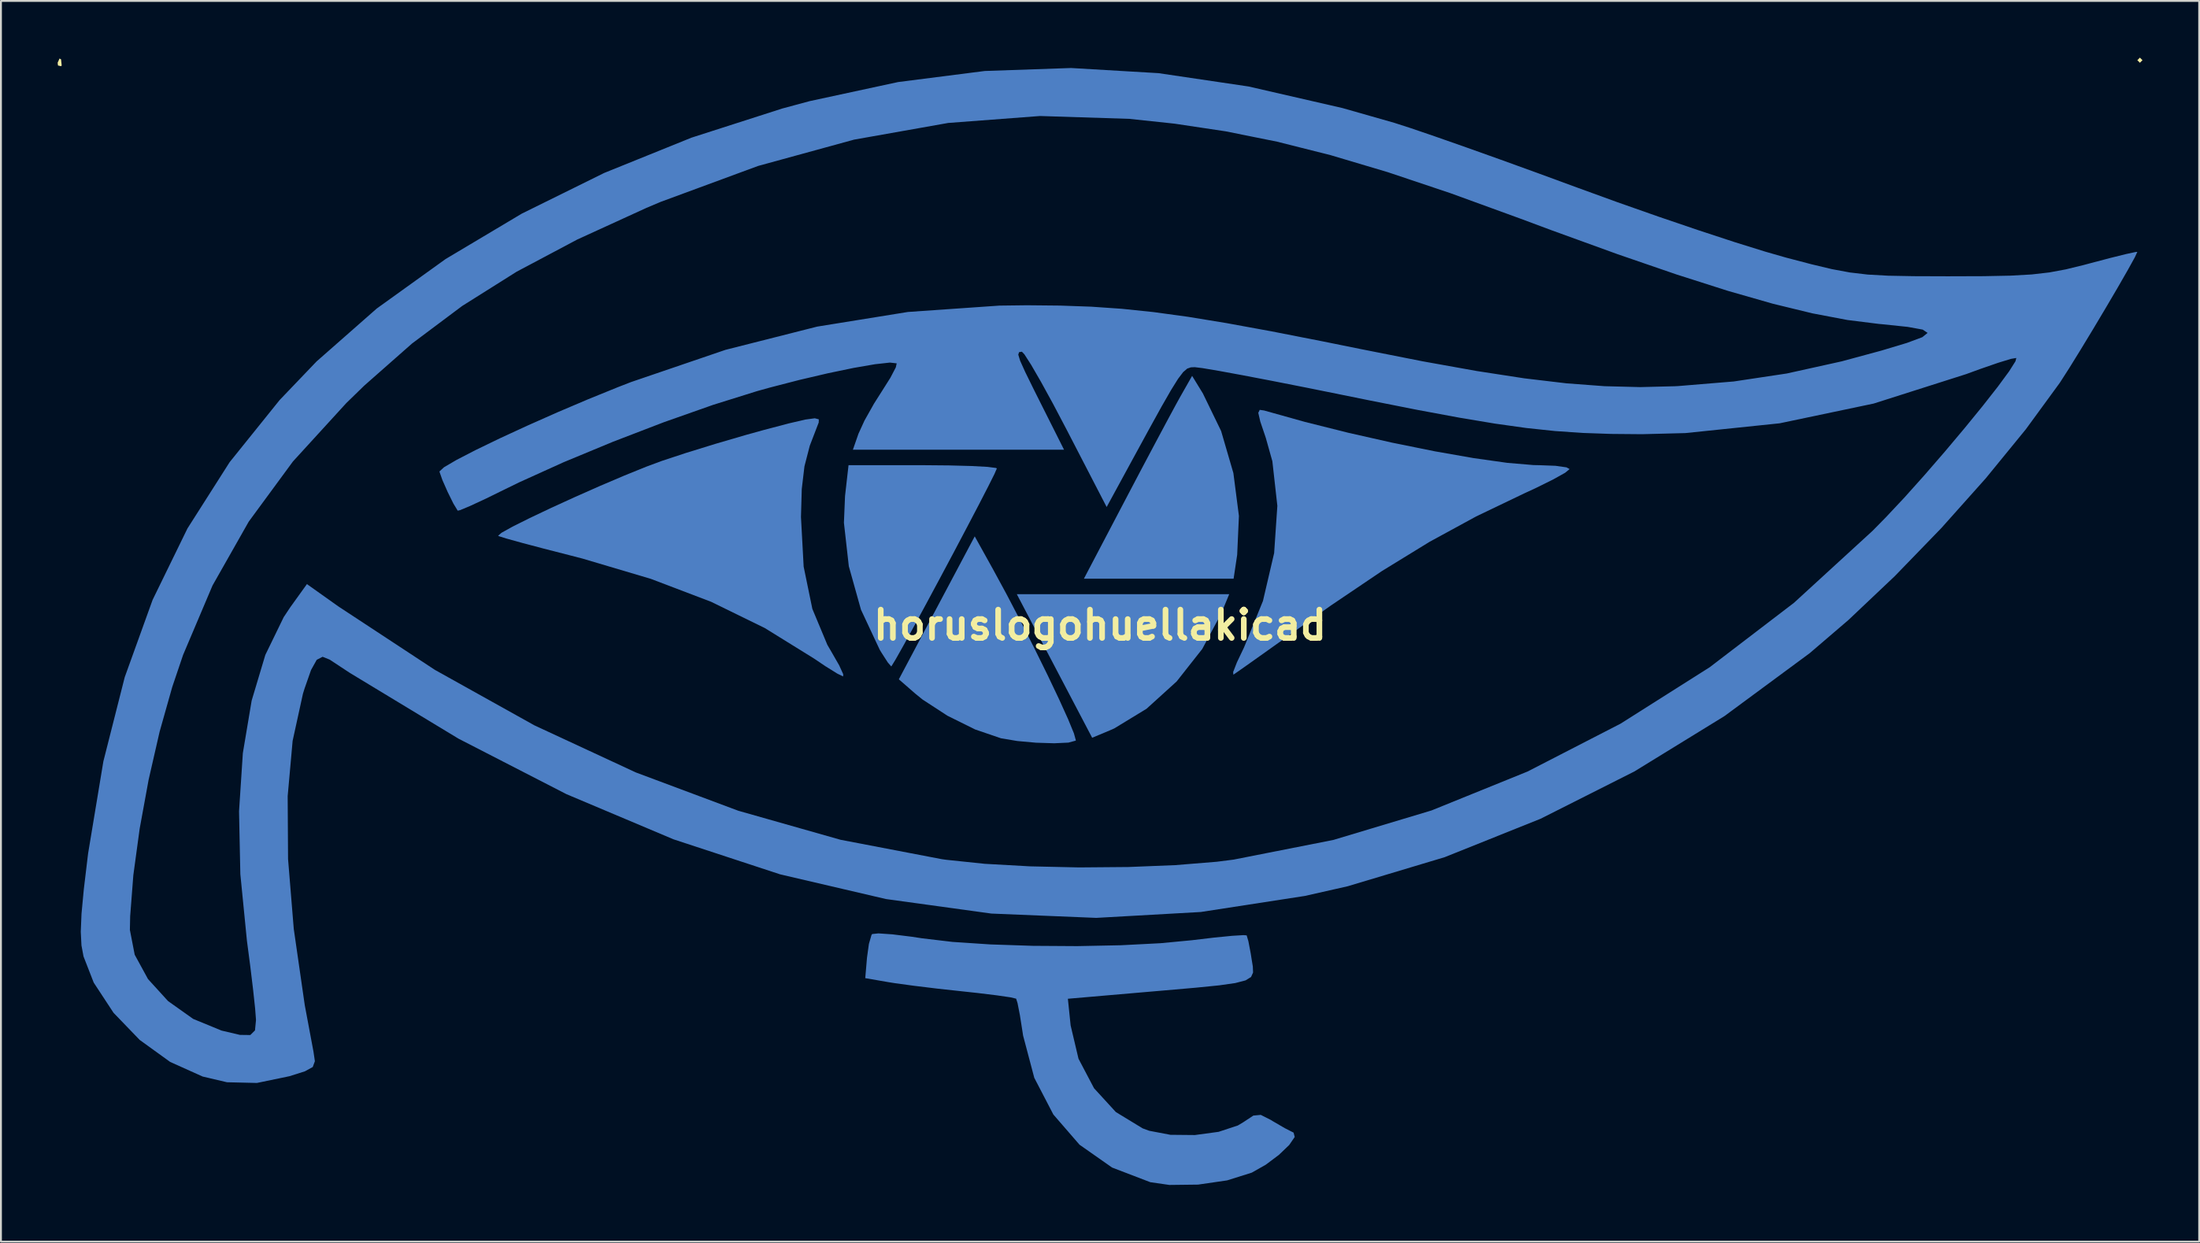
<source format=kicad_pcb>
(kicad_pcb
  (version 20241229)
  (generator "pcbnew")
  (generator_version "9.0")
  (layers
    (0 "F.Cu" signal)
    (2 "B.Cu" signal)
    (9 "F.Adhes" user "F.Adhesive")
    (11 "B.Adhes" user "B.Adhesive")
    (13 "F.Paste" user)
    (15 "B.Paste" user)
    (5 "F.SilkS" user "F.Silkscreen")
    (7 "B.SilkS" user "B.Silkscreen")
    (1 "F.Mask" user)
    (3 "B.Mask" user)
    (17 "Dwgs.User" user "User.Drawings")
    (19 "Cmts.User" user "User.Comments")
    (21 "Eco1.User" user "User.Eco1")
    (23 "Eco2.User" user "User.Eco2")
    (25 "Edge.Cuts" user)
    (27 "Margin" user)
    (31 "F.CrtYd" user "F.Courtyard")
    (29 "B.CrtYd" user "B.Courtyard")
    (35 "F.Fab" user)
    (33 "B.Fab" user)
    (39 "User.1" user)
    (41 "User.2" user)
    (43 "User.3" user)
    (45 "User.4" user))
  (footprint "horuslogohuellakicad"
    (layer "F.Cu")
    (at 55.17 30.043)
    (property "Reference" "horuslogohuellakicad" (at 0 0 0) (layer "F.SilkS") (effects (font (size 1.5 1.5) (thickness 0.3))))
    (attr board_only exclude_from_pos_files exclude_from_bom)
    (fp_poly (pts (xy 6.413 -0.615) (xy 5.409 1.261) (xy 4.052 2.983) (xy 2.46 4.427) (xy 0.753 5.467) (xy 0.503 5.577) (xy -0.418 5.962) (xy -2.412 2.162) (xy -4.406 -1.639) (xy 1.214 -1.639) (xy 6.835 -1.639)) (stroke (width 0) (type solid)) (fill yes) (layer "B.Cu"))
    (fp_poly (pts (xy 5.442 -12.265) (xy 6.407 -10.276) (xy 7.056 -8.051) (xy 7.349 -5.782) (xy 7.257 -3.722) (xy 7.068 -2.458) (xy 3.106 -2.458) (xy -0.855 -2.458) (xy 1.392 -6.741) (xy 2.17 -8.22) (xy 2.907 -9.61) (xy 3.545 -10.805) (xy 4.028 -11.7) (xy 4.255 -12.11) (xy 4.872 -13.195)) (stroke (width 0) (type solid)) (fill yes) (layer "B.Cu"))
    (fp_poly (pts (xy -5.669 -2.964) (xy -4.954 -1.647) (xy -4.207 -0.217) (xy -3.467 1.244) (xy -2.774 2.652) (xy -2.169 3.924) (xy -1.692 4.977) (xy -1.383 5.729) (xy -1.282 6.095) (xy -1.288 6.114) (xy -1.674 6.219) (xy -2.43 6.254) (xy -3.39 6.224) (xy -4.383 6.134) (xy -5.24 5.99) (xy -5.259 5.985) (xy -6.613 5.522) (xy -8.077 4.796) (xy -9.389 3.942) (xy -9.763 3.64) (xy -10.65 2.868) (xy -8.642 -0.916) (xy -6.633 -4.699)) (stroke (width 0) (type solid)) (fill yes) (layer "B.Cu"))
    (fp_poly (pts (xy -7.994 -8.455) (xy -6.818 -8.424) (xy -5.957 -8.378) (xy -5.506 -8.32) (xy -5.462 -8.295) (xy -5.584 -8.012) (xy -5.919 -7.342) (xy -6.421 -6.367) (xy -7.046 -5.174) (xy -7.747 -3.846) (xy -8.481 -2.47) (xy -9.2 -1.131) (xy -9.861 0.088) (xy -10.417 1.101) (xy -10.824 1.822) (xy -11.035 2.167) (xy -11.053 2.185) (xy -11.235 1.974) (xy -11.571 1.453) (xy -11.664 1.297) (xy -12.653 -0.817) (xy -13.297 -3.118) (xy -13.556 -5.42) (xy -13.497 -6.833) (xy -13.312 -8.467) (xy -9.387 -8.467)) (stroke (width 0) (type solid)) (fill yes) (layer "B.Cu"))
    (fp_poly (pts (xy 8.681 -11.363) (xy 10.844 -10.758) (xy 13.138 -10.183) (xy 15.46 -9.659) (xy 17.705 -9.204) (xy 19.769 -8.842) (xy 21.549 -8.591) (xy 22.94 -8.473) (xy 23.251 -8.467) (xy 24.104 -8.435) (xy 24.684 -8.353) (xy 24.851 -8.262) (xy 24.618 -8.069) (xy 23.991 -7.718) (xy 23.081 -7.267) (xy 22.461 -6.98) (xy 19.908 -5.756) (xy 17.443 -4.413) (xy 14.925 -2.868) (xy 12.215 -1.038) (xy 11.281 -0.376) (xy 9.985 0.549) (xy 8.838 1.366) (xy 7.916 2.021) (xy 7.294 2.459) (xy 7.055 2.623) (xy 7.044 2.481) (xy 7.245 1.966) (xy 7.614 1.191) (xy 7.619 1.181) (xy 8.621 -1.279) (xy 9.213 -3.813) (xy 9.383 -6.315) (xy 9.119 -8.676) (xy 8.771 -9.916) (xy 8.479 -10.78) (xy 8.374 -11.239) (xy 8.45 -11.396)) (stroke (width 0) (type solid)) (fill yes) (layer "B.Cu"))
    (fp_poly (pts (xy -14.885 -10.895) (xy -14.89 -10.725) (xy -14.899 -10.703) (xy -15.363 -9.498) (xy -15.645 -8.406) (xy -15.787 -7.207) (xy -15.829 -5.725) (xy -15.687 -3.096) (xy -15.227 -0.861) (xy -14.434 1.04) (xy -14.205 1.434) (xy -13.804 2.133) (xy -13.593 2.598) (xy -13.599 2.716) (xy -13.91 2.564) (xy -14.522 2.183) (xy -15.158 1.756) (xy -17.744 0.154) (xy -20.586 -1.236) (xy -23.773 -2.449) (xy -27.394 -3.524) (xy -28.102 -3.707) (xy -29.436 -4.049) (xy -30.567 -4.348) (xy -31.396 -4.578) (xy -31.823 -4.711) (xy -31.859 -4.729) (xy -31.682 -4.887) (xy -31.093 -5.215) (xy -30.183 -5.669) (xy -29.045 -6.209) (xy -27.769 -6.792) (xy -26.447 -7.377) (xy -25.171 -7.92) (xy -24.032 -8.382) (xy -23.212 -8.687) (xy -21.929 -9.111) (xy -20.355 -9.597) (xy -18.73 -10.072) (xy -17.795 -10.331) (xy -16.474 -10.679) (xy -15.601 -10.882) (xy -15.097 -10.951)) (stroke (width 0) (type solid)) (fill yes) (layer "B.Cu"))
    (fp_poly (pts (xy -10.99 16.369) (xy -9.975 16.494) (xy -9.423 16.578) (xy -7.812 16.769) (xy -5.807 16.902) (xy -3.554 16.977) (xy -1.203 16.992) (xy 1.098 16.946) (xy 3.201 16.838) (xy 4.861 16.68) (xy 6.032 16.541) (xy 6.982 16.447) (xy 7.594 16.41) (xy 7.759 16.423) (xy 7.85 16.731) (xy 7.974 17.381) (xy 8.017 17.654) (xy 8.085 18.072) (xy 8.098 18.389) (xy 7.991 18.627) (xy 7.7 18.806) (xy 7.159 18.947) (xy 6.303 19.069) (xy 5.066 19.193) (xy 3.384 19.34) (xy 2.357 19.428) (xy -1.703 19.779) (xy -1.558 21.189) (xy -1.141 22.953) (xy -0.319 24.515) (xy 0.836 25.776) (xy 2.251 26.638) (xy 2.6 26.767) (xy 3.724 26.981) (xy 5.017 26.993) (xy 6.274 26.823) (xy 7.29 26.488) (xy 7.58 26.315) (xy 8.113 25.963) (xy 8.506 25.926) (xy 9.037 26.194) (xy 9.149 26.263) (xy 9.778 26.629) (xy 10.217 26.853) (xy 10.242 26.863) (xy 10.303 27.095) (xy 10.009 27.522) (xy 9.464 28.044) (xy 8.772 28.563) (xy 8.039 28.978) (xy 8.014 28.989) (xy 6.723 29.394) (xy 5.187 29.617) (xy 3.669 29.635) (xy 2.659 29.489) (xy 0.636 28.714) (xy -1.087 27.505) (xy -2.472 25.906) (xy -3.481 23.965) (xy -4.074 21.725) (xy -4.101 21.545) (xy -4.241 20.655) (xy -4.367 20.01) (xy -4.442 19.774) (xy -4.742 19.703) (xy -5.464 19.598) (xy -6.487 19.473) (xy -7.266 19.389) (xy -8.589 19.245) (xy -9.854 19.091) (xy -10.865 18.953) (xy -11.206 18.899) (xy -12.427 18.687) (xy -12.335 17.606) (xy -12.234 16.876) (xy -12.098 16.406) (xy -12.062 16.353) (xy -11.729 16.318)) (stroke (width 0) (type solid)) (fill yes) (layer "B.Cu"))
    (fp_poly (pts (xy 3.096 -29.22) (xy 7.858 -28.515) (xy 12.829 -27.373) (xy 15.568 -26.592) (xy 16.445 -26.309) (xy 17.741 -25.866) (xy 19.36 -25.298) (xy 21.21 -24.638) (xy 23.196 -23.918) (xy 25.226 -23.172) (xy 25.24 -23.167) (xy 27.366 -22.394) (xy 29.539 -21.63) (xy 31.646 -20.913) (xy 33.573 -20.28) (xy 35.204 -19.772) (xy 36.302 -19.457) (xy 37.654 -19.103) (xy 38.736 -18.845) (xy 39.683 -18.669) (xy 40.629 -18.558) (xy 41.709 -18.498) (xy 43.058 -18.473) (xy 44.811 -18.467) (xy 44.928 -18.467) (xy 46.769 -18.473) (xy 48.187 -18.501) (xy 49.302 -18.564) (xy 50.238 -18.671) (xy 51.115 -18.834) (xy 52.057 -19.064) (xy 52.37 -19.148) (xy 53.451 -19.433) (xy 54.301 -19.644) (xy 54.806 -19.753) (xy 54.897 -19.758) (xy 54.764 -19.471) (xy 54.404 -18.82) (xy 53.879 -17.905) (xy 53.246 -16.827) (xy 52.567 -15.688) (xy 51.9 -14.588) (xy 51.306 -13.627) (xy 50.845 -12.908) (xy 50.775 -12.803) (xy 48.997 -10.369) (xy 46.874 -7.771) (xy 44.523 -5.137) (xy 42.06 -2.594) (xy 39.604 -0.269) (xy 37.554 1.487) (xy 33.043 4.817) (xy 28.275 7.748) (xy 23.316 10.249) (xy 18.236 12.285) (xy 13.103 13.824) (xy 10.838 14.336) (xy 5.329 15.186) (xy -0.2 15.497) (xy -5.752 15.269) (xy -11.33 14.5) (xy -16.936 13.191) (xy -22.573 11.339) (xy -28.245 8.946) (xy -33.954 6.01) (xy -39.702 2.53) (xy -40.771 1.826) (xy -41.146 1.675) (xy -41.457 1.835) (xy -41.758 2.375) (xy -42.105 3.367) (xy -42.188 3.636) (xy -42.733 6.127) (xy -42.995 9.052) (xy -42.975 12.38) (xy -42.673 16.078) (xy -42.091 20.114) (xy -41.629 22.581) (xy -41.555 23.085) (xy -41.668 23.392) (xy -42.081 23.619) (xy -42.899 23.878) (xy -44.623 24.236) (xy -46.206 24.199) (xy -47.496 23.896) (xy -49.216 23.122) (xy -50.826 21.959) (xy -52.211 20.522) (xy -53.26 18.924) (xy -53.8 17.538) (xy -53.909 16.952) (xy -53.945 16.232) (xy -53.941 16.134) (xy -51.346 16.134) (xy -51.091 17.447) (xy -50.387 18.736) (xy -49.325 19.902) (xy -47.997 20.845) (xy -46.495 21.463) (xy -46.479 21.467) (xy -45.521 21.692) (xy -44.972 21.699) (xy -44.725 21.453) (xy -44.673 20.919) (xy -44.674 20.868) (xy -44.718 20.292) (xy -44.823 19.313) (xy -44.973 18.068) (xy -45.152 16.703) (xy -45.5 13.183) (xy -45.569 9.854) (xy -45.367 6.772) (xy -44.901 3.994) (xy -44.178 1.578) (xy -43.206 -0.422) (xy -42.862 -0.94) (xy -41.976 -2.173) (xy -40.311 -0.99) (xy -35.202 2.369) (xy -29.935 5.306) (xy -24.566 7.799) (xy -19.148 9.825) (xy -13.733 11.363) (xy -8.376 12.389) (xy -8.143 12.422) (xy -6.102 12.635) (xy -3.704 12.769) (xy -1.114 12.826) (xy 1.506 12.804) (xy 3.991 12.704) (xy 6.177 12.526) (xy 7.066 12.413) (xy 12.34 11.373) (xy 17.542 9.81) (xy 22.626 7.749) (xy 27.549 5.215) (xy 32.264 2.229) (xy 36.726 -1.183) (xy 40.89 -4.998) (xy 41.598 -5.719) (xy 42.572 -6.757) (xy 43.626 -7.934) (xy 44.705 -9.179) (xy 45.75 -10.422) (xy 46.705 -11.592) (xy 47.511 -12.62) (xy 48.111 -13.436) (xy 48.448 -13.969) (xy 48.492 -14.143) (xy 48.211 -14.096) (xy 47.534 -13.889) (xy 46.574 -13.557) (xy 45.84 -13.289) (xy 40.941 -11.729) (xy 35.97 -10.685) (xy 30.985 -10.167) (xy 28.677 -10.108) (xy 27.054 -10.122) (xy 25.552 -10.174) (xy 24.085 -10.274) (xy 22.564 -10.435) (xy 20.901 -10.668) (xy 19.009 -10.984) (xy 16.799 -11.394) (xy 14.185 -11.912) (xy 12.855 -12.182) (xy 10.913 -12.574) (xy 9.122 -12.927) (xy 7.56 -13.226) (xy 6.303 -13.457) (xy 5.428 -13.605) (xy 5.016 -13.656) (xy 4.806 -13.647) (xy 4.613 -13.58) (xy 4.401 -13.398) (xy 4.13 -13.042) (xy 3.762 -12.453) (xy 3.257 -11.574) (xy 2.579 -10.346) (xy 1.687 -8.711) (xy 1.435 -8.248) (xy 0.349 -6.253) (xy -1.777 -10.364) (xy -2.49 -11.719) (xy -3.13 -12.885) (xy -3.65 -13.784) (xy -4.005 -14.336) (xy -4.137 -14.475) (xy -4.287 -14.45) (xy -4.328 -14.318) (xy -4.23 -13.996) (xy -3.961 -13.4) (xy -3.493 -12.447) (xy -3.138 -11.739) (xy -1.906 -9.286) (xy -7.494 -9.286) (xy -13.081 -9.286) (xy -12.787 -10.131) (xy -12.468 -10.829) (xy -11.96 -11.732) (xy -11.565 -12.354) (xy -11.096 -13.097) (xy -10.81 -13.645) (xy -10.763 -13.858) (xy -11.121 -13.899) (xy -11.909 -13.812) (xy -13.034 -13.618) (xy -14.401 -13.334) (xy -15.913 -12.98) (xy -17.477 -12.576) (xy -18.162 -12.385) (xy -20.476 -11.662) (xy -23.078 -10.745) (xy -25.782 -9.706) (xy -28.4 -8.62) (xy -30.745 -7.558) (xy -31.505 -7.187) (xy -32.533 -6.683) (xy -33.359 -6.3) (xy -33.877 -6.085) (xy -33.997 -6.06) (xy -34.223 -6.433) (xy -34.528 -7.05) (xy -34.807 -7.682) (xy -34.955 -8.102) (xy -34.959 -8.139) (xy -34.72 -8.359) (xy -34.053 -8.749) (xy -33.039 -9.273) (xy -31.757 -9.893) (xy -30.284 -10.572) (xy -28.701 -11.274) (xy -27.085 -11.961) (xy -25.517 -12.598) (xy -24.822 -12.868) (xy -19.824 -14.573) (xy -14.972 -15.803) (xy -10.171 -16.578) (xy -5.329 -16.915) (xy -3.866 -16.933) (xy -2.109 -16.916) (xy -0.463 -16.858) (xy 1.158 -16.746) (xy 2.837 -16.571) (xy 4.658 -16.322) (xy 6.707 -15.986) (xy 9.067 -15.554) (xy 11.822 -15.014) (xy 13.732 -14.627) (xy 17.062 -13.968) (xy 19.945 -13.451) (xy 22.46 -13.064) (xy 24.687 -12.8) (xy 26.704 -12.649) (xy 28.59 -12.601) (xy 30.424 -12.647) (xy 30.598 -12.656) (xy 33.538 -12.899) (xy 36.349 -13.322) (xy 39.254 -13.965) (xy 41.35 -14.533) (xy 42.7 -14.939) (xy 43.517 -15.243) (xy 43.797 -15.47) (xy 43.539 -15.644) (xy 42.741 -15.789) (xy 41.399 -15.929) (xy 41.211 -15.946) (xy 39.554 -16.153) (xy 37.701 -16.505) (xy 35.605 -17.015) (xy 33.22 -17.698) (xy 30.499 -18.567) (xy 27.396 -19.634) (xy 23.865 -20.915) (xy 22.259 -21.514) (xy 18.549 -22.865) (xy 15.226 -23.979) (xy 12.197 -24.881) (xy 9.368 -25.593) (xy 6.647 -26.141) (xy 3.94 -26.547) (xy 1.55 -26.801) (xy -3.175 -26.952) (xy -8.038 -26.584) (xy -13.02 -25.701) (xy -18.098 -24.308) (xy -23.253 -22.407) (xy -24.008 -22.088) (xy -27.663 -20.416) (xy -30.878 -18.709) (xy -33.759 -16.896) (xy -36.411 -14.91) (xy -38.94 -12.681) (xy -39.894 -11.753) (xy -42.716 -8.664) (xy -45.055 -5.48) (xy -46.972 -2.099) (xy -48.531 1.579) (xy -49.105 3.277) (xy -49.771 5.636) (xy -50.355 8.188) (xy -50.828 10.774) (xy -51.163 13.234) (xy -51.331 15.409) (xy -51.346 16.134) (xy -53.941 16.134) (xy -53.906 15.277) (xy -53.785 13.99) (xy -53.58 12.273) (xy -53.555 12.075) (xy -52.749 7.211) (xy -51.619 2.755) (xy -50.143 -1.339) (xy -48.299 -5.118) (xy -46.066 -8.627) (xy -43.422 -11.914) (xy -41.466 -13.959) (xy -38.281 -16.76) (xy -34.637 -19.38) (xy -30.602 -21.785) (xy -26.242 -23.938) (xy -21.625 -25.805) (xy -16.818 -27.349) (xy -15.37 -27.739) (xy -10.691 -28.749) (xy -6.103 -29.335) (xy -1.533 -29.493)) (stroke (width 0) (type solid)) (fill yes) (layer "B.Cu"))
    (fp_poly (pts (xy 55.17 -29.906) (xy 55.033 -29.77) (xy 54.897 -29.906) (xy 55.033 -30.043)) (stroke (width 0) (type solid)) (fill yes) (layer "F.SilkS"))
    (fp_poly (pts (xy -54.988 -29.952) (xy -54.955 -29.628) (xy -54.988 -29.588) (xy -55.15 -29.625) (xy -55.17 -29.77) (xy -55.07 -29.995)) (stroke (width 0) (type solid)) (fill yes) (layer "F.SilkS")))
  (gr_rect
    (start -3 -3)
    (end 113.34 62.678)
    (stroke (width 0.1) (type default))
    (fill no)
    (layer "Edge.Cuts")))
</source>
